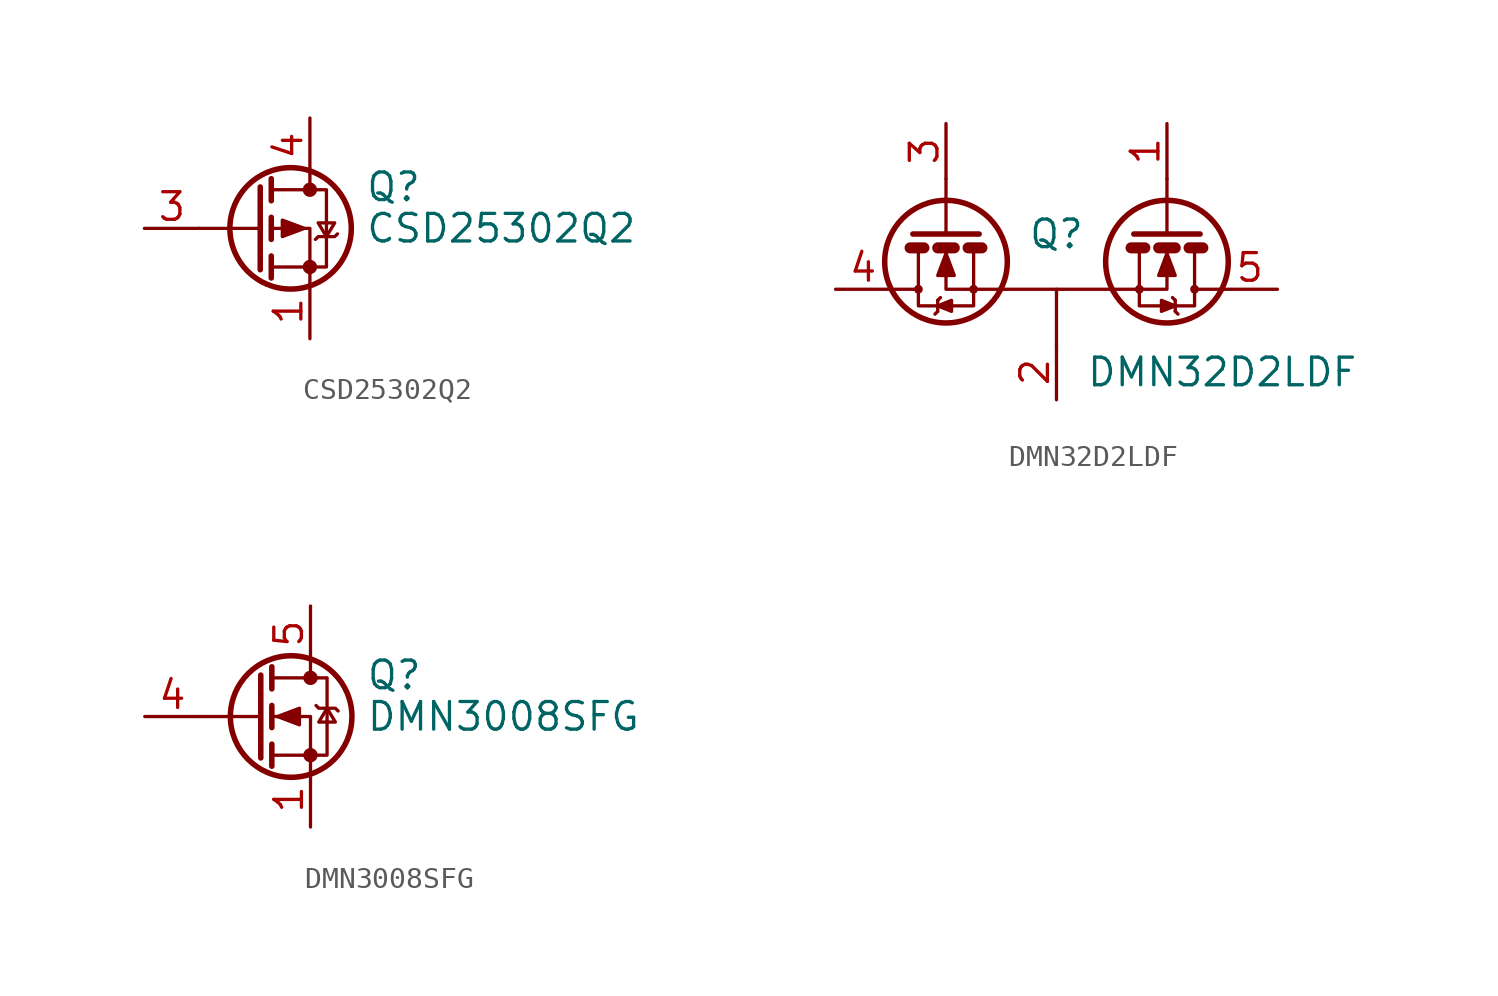
<source format=kicad_sym>
(kicad_symbol_lib
  (version 20220914)
  (generator kicad_symbol_editor)
  (symbol "CSD25302Q2"
    (pin_names hide)
    (property "Reference" "Q"
      (at 2.54 1.905 0)
      (effects (font (size 1.27 1.27)) (justify left)))
    (property "Value" "CSD25302Q2"
      (at 2.54 0 0)
      (effects (font (size 1.27 1.27)) (justify left)))
    (symbol "CSD25302Q2_0_1"
      (circle (center -0.889 0) (radius 2.794) (stroke (width 0.254) (type default)) (fill (type none)))
      (circle (center 0 -1.778) (radius 0.254) (stroke (width 0) (type default)) (fill (type outline)))
      (polyline (pts (xy -2.286 0) (xy -5.08 0)) (stroke (width 0) (type default)) (fill (type none)))
      (polyline (pts (xy -2.286 1.905) (xy -2.286 -1.905)) (stroke (width 0.254) (type default)) (fill (type none)))
      (polyline (pts (xy -1.778 -1.27) (xy -1.778 -2.286)) (stroke (width 0.254) (type default)) (fill (type none)))
      (polyline (pts (xy -1.778 0.508) (xy -1.778 -0.508)) (stroke (width 0.254) (type default)) (fill (type none)))
      (polyline (pts (xy -1.778 2.286) (xy -1.778 1.27)) (stroke (width 0.254) (type default)) (fill (type none)))
      (polyline (pts (xy 0 2.54) (xy 0 1.778)) (stroke (width 0) (type default)) (fill (type none)))
      (polyline (pts (xy 0 -2.54) (xy 0 0) (xy -1.778 0)) (stroke (width 0) (type default)) (fill (type none)))
      (polyline (pts (xy -1.778 1.778) (xy 0.762 1.778) (xy 0.762 -1.778) (xy -1.778 -1.778)) (stroke (width 0) (type default)) (fill (type none)))
      (polyline (pts (xy -0.254 0) (xy -1.27 0.381) (xy -1.27 -0.381) (xy -0.254 0)) (stroke (width 0) (type default)) (fill (type outline)))
      (polyline (pts (xy 0.254 -0.508) (xy 0.381 -0.381) (xy 1.143 -0.381) (xy 1.27 -0.254)) (stroke (width 0) (type default)) (fill (type none)))
      (polyline (pts (xy 0.762 -0.381) (xy 0.381 0.254) (xy 1.143 0.254) (xy 0.762 -0.381)) (stroke (width 0) (type default)) (fill (type none)))
      (circle (center 0 1.778) (radius 0.254) (stroke (width 0) (type default)) (fill (type outline))))
    (symbol "CSD25302Q2_1_1"
      (pin passive line (at 0 -5.08 90) (length 2.54) (name "S" (effects (font (size 1.27 1.27)))) (number "1" (effects (font (size 1.27 1.27)))))
      (pin passive line (at 0 -5.08 90) (length 2.54) hide (name "S" (effects (font (size 1.27 1.27)))) (number "2" (effects (font (size 1.27 1.27)))))
      (pin passive line (at -7.62 0 0) (length 2.54) (name "G" (effects (font (size 1.27 1.27)))) (number "3" (effects (font (size 1.27 1.27)))))
      (pin passive line (at 0 5.08 270) (length 2.54) (name "D" (effects (font (size 1.27 1.27)))) (number "4" (effects (font (size 1.27 1.27)))))
      (pin passive line (at 0 -5.08 90) (length 2.54) hide (name "S" (effects (font (size 1.27 1.27)))) (number "5" (effects (font (size 1.27 1.27)))))
      (pin passive line (at 0 -5.08 90) (length 2.54) hide (name "S" (effects (font (size 1.27 1.27)))) (number "6" (effects (font (size 1.27 1.27)))))
      (pin passive line (at 0 5.08 270) (length 2.54) hide (name "D" (effects (font (size 1.27 1.27)))) (number "7" (effects (font (size 1.27 1.27)))))
      (pin passive line (at 0 -5.08 90) (length 2.54) hide (name "S" (effects (font (size 1.27 1.27)))) (number "8" (effects (font (size 1.27 1.27)))))))
  (symbol "DMN32D2LDF"
    (pin_names hide)
    (property "Reference" "Q"
      (at 0 2.54 0)
      (effects (font (size 1.27 1.27))))
    (property "Value" "DMN32D2LDF"
      (at 7.62 -3.81 0)
      (effects (font (size 1.27 1.27))))
    (symbol "DMN32D2LDF_0_1"
      (polyline (pts (xy -2.54 0) (xy 2.54 0)) (stroke (width 0) (type default)) (fill (type none)))
      (polyline (pts (xy 0 -2.54) (xy 0 0)) (stroke (width 0) (type default)) (fill (type none))))
    (symbol "DMN32D2LDF_1_1"
      (circle (center -6.35 0) (radius 0.127) (stroke (width 0) (type default)) (fill (type none)))
      (circle (center -5.08 1.27) (radius 2.819) (stroke (width 0.254) (type default)) (fill (type none)))
      (circle (center -3.81 0) (radius 0.127) (stroke (width 0) (type default)) (fill (type none)))
      (polyline (pts (xy -6.731 1.905) (xy -6.096 1.905)) (stroke (width 0.508) (type default)) (fill (type none)))
      (polyline (pts (xy -5.461 -1.016) (xy -5.588 -1.143)) (stroke (width 0) (type default)) (fill (type none)))
      (polyline (pts (xy -5.461 -0.508) (xy -5.461 -1.016)) (stroke (width 0) (type default)) (fill (type none)))
      (polyline (pts (xy -5.461 -0.508) (xy -5.334 -0.381)) (stroke (width 0) (type default)) (fill (type none)))
      (polyline (pts (xy -5.461 1.905) (xy -4.699 1.905)) (stroke (width 0.508) (type default)) (fill (type none)))
      (polyline (pts (xy -5.08 2.54) (xy -5.08 5.08)) (stroke (width 0) (type default)) (fill (type none)))
      (polyline (pts (xy -4.064 1.905) (xy -3.429 1.905)) (stroke (width 0.508) (type default)) (fill (type none)))
      (polyline (pts (xy 4.064 1.905) (xy 3.429 1.905)) (stroke (width 0.508) (type default)) (fill (type none)))
      (polyline (pts (xy 5.08 2.54) (xy 5.08 5.08)) (stroke (width 0) (type default)) (fill (type none)))
      (polyline (pts (xy 5.461 -1.016) (xy 5.588 -1.143)) (stroke (width 0) (type default)) (fill (type none)))
      (polyline (pts (xy 5.461 -0.508) (xy 5.334 -0.381)) (stroke (width 0) (type default)) (fill (type none)))
      (polyline (pts (xy 5.461 -0.508) (xy 5.461 -1.016)) (stroke (width 0) (type default)) (fill (type none)))
      (polyline (pts (xy 5.461 1.905) (xy 4.699 1.905)) (stroke (width 0.508) (type default)) (fill (type none)))
      (polyline (pts (xy 6.731 1.905) (xy 6.096 1.905)) (stroke (width 0.508) (type default)) (fill (type none)))
      (polyline (pts (xy -6.604 2.54) (xy -3.556 2.54) (xy -3.556 2.54)) (stroke (width 0.254) (type default)) (fill (type none)))
      (polyline (pts (xy 6.604 2.54) (xy 3.556 2.54) (xy 3.556 2.54)) (stroke (width 0.254) (type default)) (fill (type none)))
      (polyline (pts (xy -6.35 0) (xy -6.35 -0.762) (xy -3.81 -0.762) (xy -3.81 0)) (stroke (width 0) (type default)) (fill (type none)))
      (polyline (pts (xy -6.35 1.778) (xy -6.35 0) (xy -7.62 0) (xy -7.62 0)) (stroke (width 0) (type default)) (fill (type none)))
      (polyline (pts (xy -5.461 -0.762) (xy -4.826 -0.508) (xy -4.826 -1.016) (xy -5.461 -0.762)) (stroke (width 0) (type default)) (fill (type outline)))
      (polyline (pts (xy -3.81 1.778) (xy -3.81 0) (xy -2.54 0) (xy -2.54 0)) (stroke (width 0) (type default)) (fill (type none)))
      (polyline (pts (xy 3.81 1.778) (xy 3.81 0) (xy 2.54 0) (xy 2.54 0)) (stroke (width 0) (type default)) (fill (type none)))
      (polyline (pts (xy 5.461 -0.762) (xy 4.826 -0.508) (xy 4.826 -1.016) (xy 5.461 -0.762)) (stroke (width 0) (type default)) (fill (type outline)))
      (polyline (pts (xy 6.35 0) (xy 6.35 -0.762) (xy 3.81 -0.762) (xy 3.81 0)) (stroke (width 0) (type default)) (fill (type none)))
      (polyline (pts (xy 6.35 1.778) (xy 6.35 0) (xy 7.62 0) (xy 7.62 0)) (stroke (width 0) (type default)) (fill (type none)))
      (polyline (pts (xy -5.08 1.778) (xy -5.08 1.27) (xy -5.08 0) (xy -3.81 0) (xy -3.81 0)) (stroke (width 0) (type default)) (fill (type none)))
      (polyline (pts (xy 5.08 1.778) (xy 5.08 1.27) (xy 5.08 0) (xy 3.81 0) (xy 3.81 0)) (stroke (width 0) (type default)) (fill (type none)))
      (polyline (pts (xy -5.08 1.651) (xy -5.461 0.635) (xy -4.699 0.635) (xy -5.08 1.651) (xy -5.08 1.524) (xy -5.08 1.524)) (stroke (width 0) (type default)) (fill (type outline)))
      (polyline (pts (xy 5.08 1.651) (xy 5.461 0.635) (xy 4.699 0.635) (xy 5.08 1.651) (xy 5.08 1.524) (xy 5.08 1.524)) (stroke (width 0) (type default)) (fill (type outline)))
      (circle (center 3.81 0) (radius 0.127) (stroke (width 0) (type default)) (fill (type none)))
      (circle (center 5.08 1.27) (radius 2.819) (stroke (width 0.254) (type default)) (fill (type none)))
      (circle (center 6.35 0) (radius 0.127) (stroke (width 0) (type default)) (fill (type none)))
      (pin input line (at 5.08 7.62 270) (length 2.54) (name "G1" (effects (font (size 1.27 1.27)))) (number "1" (effects (font (size 1.27 1.27)))))
      (pin passive line (at 0 -5.08 90) (length 2.54) (name "S" (effects (font (size 1.27 1.27)))) (number "2" (effects (font (size 1.27 1.27)))))
      (pin input line (at -5.08 7.62 270) (length 2.54) (name "G2" (effects (font (size 1.27 1.27)))) (number "3" (effects (font (size 1.27 1.27)))))
      (pin passive line (at -10.16 0 0) (length 2.54) (name "D2" (effects (font (size 1.27 1.27)))) (number "4" (effects (font (size 1.27 1.27)))))
      (pin passive line (at 10.16 0 180) (length 2.54) (name "D1" (effects (font (size 1.27 1.27)))) (number "5" (effects (font (size 1.27 1.27)))))))
  (symbol "DMN3008SFG"
    (pin_names hide)
    (property "Reference" "Q"
      (at 5.08 1.905 0)
      (effects (font (size 1.27 1.27)) (justify left)))
    (property "Value" "DMN3008SFG"
      (at 5.08 0 0)
      (effects (font (size 1.27 1.27)) (justify left)))
    (symbol "DMN3008SFG_0_1"
      (polyline (pts (xy -2.54 0) (xy 0.254 0)) (stroke (width 0) (type default)) (fill (type none)))
      (polyline (pts (xy 0.254 1.905) (xy 0.254 -1.905)) (stroke (width 0.254) (type default)) (fill (type none)))
      (polyline (pts (xy 0.762 -1.27) (xy 0.762 -2.286)) (stroke (width 0.254) (type default)) (fill (type none)))
      (polyline (pts (xy 0.762 0.508) (xy 0.762 -0.508)) (stroke (width 0.254) (type default)) (fill (type none)))
      (polyline (pts (xy 0.762 2.286) (xy 0.762 1.27)) (stroke (width 0.254) (type default)) (fill (type none)))
      (polyline (pts (xy 2.54 2.54) (xy 2.54 1.778)) (stroke (width 0) (type default)) (fill (type none)))
      (polyline (pts (xy 2.54 -2.54) (xy 2.54 0) (xy 0.762 0)) (stroke (width 0) (type default)) (fill (type none)))
      (polyline (pts (xy 0.762 -1.778) (xy 3.302 -1.778) (xy 3.302 1.778) (xy 0.762 1.778)) (stroke (width 0) (type default)) (fill (type none)))
      (polyline (pts (xy 1.016 0) (xy 2.032 0.381) (xy 2.032 -0.381) (xy 1.016 0)) (stroke (width 0) (type default)) (fill (type outline)))
      (polyline (pts (xy 2.794 0.508) (xy 2.921 0.381) (xy 3.683 0.381) (xy 3.81 0.254)) (stroke (width 0) (type default)) (fill (type none)))
      (polyline (pts (xy 3.302 0.381) (xy 2.921 -0.254) (xy 3.683 -0.254) (xy 3.302 0.381)) (stroke (width 0) (type default)) (fill (type none)))
      (circle (center 1.651 0) (radius 2.794) (stroke (width 0.254) (type default)) (fill (type none)))
      (circle (center 2.54 -1.778) (radius 0.254) (stroke (width 0) (type default)) (fill (type outline)))
      (circle (center 2.54 1.778) (radius 0.254) (stroke (width 0) (type default)) (fill (type outline))))
    (symbol "DMN3008SFG_1_1"
      (pin passive line (at 2.54 -5.08 90) (length 2.54) (name "S" (effects (font (size 1.27 1.27)))) (number "1" (effects (font (size 1.27 1.27)))))
      (pin passive line (at 2.54 -5.08 90) (length 2.54) hide (name "S" (effects (font (size 1.27 1.27)))) (number "2" (effects (font (size 1.27 1.27)))))
      (pin passive line (at 2.54 -5.08 90) (length 2.54) hide (name "S" (effects (font (size 1.27 1.27)))) (number "3" (effects (font (size 1.27 1.27)))))
      (pin passive line (at -5.08 0 0) (length 2.54) (name "G" (effects (font (size 1.27 1.27)))) (number "4" (effects (font (size 1.27 1.27)))))
      (pin passive line (at 2.54 5.08 270) (length 2.54) (name "D" (effects (font (size 1.27 1.27)))) (number "5" (effects (font (size 1.27 1.27))))))))
</source>
